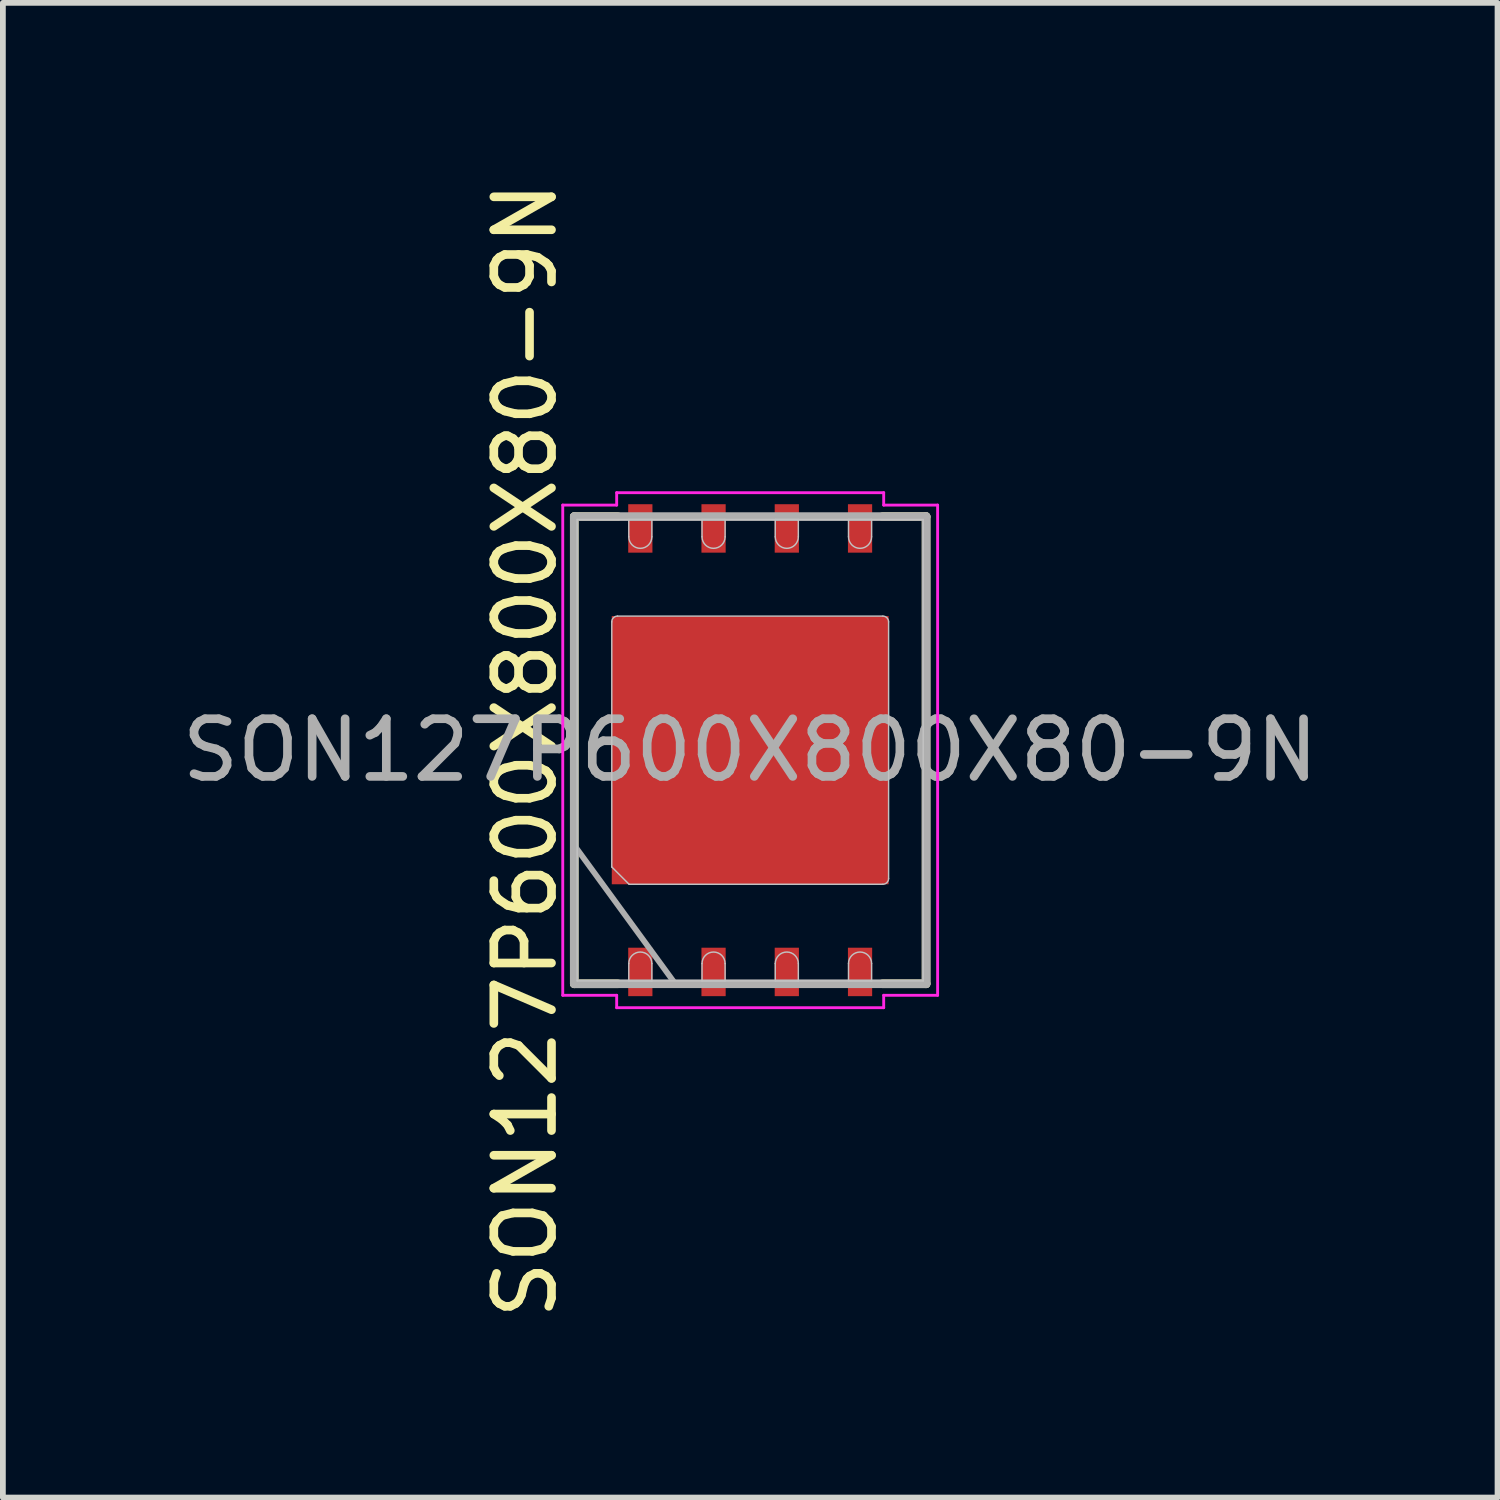
<source format=kicad_pcb>
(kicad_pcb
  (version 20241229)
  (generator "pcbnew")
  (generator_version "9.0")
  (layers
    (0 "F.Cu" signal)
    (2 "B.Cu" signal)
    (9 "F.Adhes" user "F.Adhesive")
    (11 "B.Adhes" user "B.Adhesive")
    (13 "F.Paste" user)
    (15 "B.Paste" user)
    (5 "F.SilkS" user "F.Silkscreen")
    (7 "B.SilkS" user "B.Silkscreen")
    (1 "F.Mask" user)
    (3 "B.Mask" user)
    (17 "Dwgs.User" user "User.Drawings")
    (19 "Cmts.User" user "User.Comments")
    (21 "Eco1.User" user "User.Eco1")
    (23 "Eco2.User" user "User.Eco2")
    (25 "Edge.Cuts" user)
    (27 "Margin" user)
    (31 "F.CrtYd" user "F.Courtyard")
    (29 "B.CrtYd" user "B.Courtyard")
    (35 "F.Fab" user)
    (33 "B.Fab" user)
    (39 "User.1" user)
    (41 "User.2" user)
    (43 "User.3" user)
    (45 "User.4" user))
  (footprint "SON127P600X800X80-9N"
    (layer "F.Cu")
    (at 9.958 9.958)
    (property "Reference" "SON127P600X800X80-9N" (at 0 0 0) (layer "F.Fab") (effects (font (size 1 1) (thickness 0.15))))
    (attr smd)
    (fp_line (start -3.05 -4.05) (end -2.295 -4.05) (stroke (width 0.15) (type solid)) (layer "F.SilkS"))
    (fp_line (start -3.05 4.05) (end -3.05 -4.05) (stroke (width 0.15) (type solid)) (layer "F.SilkS"))
    (fp_line (start -2.295 4.05) (end -3.05 4.05) (stroke (width 0.15) (type solid)) (layer "F.SilkS"))
    (fp_line (start 2.295 4.05) (end 3.05 4.05) (stroke (width 0.15) (type solid)) (layer "F.SilkS"))
    (fp_line (start 3.05 -4.05) (end 2.295 -4.05) (stroke (width 0.15) (type solid)) (layer "F.SilkS"))
    (fp_line (start 3.05 4.05) (end 3.05 -4.05) (stroke (width 0.15) (type solid)) (layer "F.SilkS"))
    (fp_line (start -3 -4) (end 3 -4) (stroke (width 0.025) (type solid)) (layer "Dwgs.User"))
    (fp_line (start -3 4) (end -3 -4) (stroke (width 0.025) (type solid)) (layer "Dwgs.User"))
    (fp_line (start -2.4 -2.225) (end -2.4 2.025) (stroke (width 0.025) (type solid)) (layer "Dwgs.User"))
    (fp_line (start -2.4 2.025) (end -2.1 2.325) (stroke (width 0.025) (type solid)) (layer "Dwgs.User"))
    (fp_line (start -2.105 -4) (end -2.105 -3.7) (stroke (width 0.025) (type solid)) (layer "Dwgs.User"))
    (fp_line (start -2.105 3.7) (end -2.105 4) (stroke (width 0.025) (type solid)) (layer "Dwgs.User"))
    (fp_line (start -2.105 4) (end -1.705 4) (stroke (width 0.025) (type solid)) (layer "Dwgs.User"))
    (fp_line (start -2.1 2.325) (end 2.3 2.325) (stroke (width 0.025) (type solid)) (layer "Dwgs.User"))
    (fp_line (start -1.705 -4) (end -2.105 -4) (stroke (width 0.025) (type solid)) (layer "Dwgs.User"))
    (fp_line (start -1.705 -3.7) (end -1.705 -4) (stroke (width 0.025) (type solid)) (layer "Dwgs.User"))
    (fp_line (start -1.705 4) (end -1.705 3.7) (stroke (width 0.025) (type solid)) (layer "Dwgs.User"))
    (fp_line (start -0.835 -4) (end -0.835 -3.7) (stroke (width 0.025) (type solid)) (layer "Dwgs.User"))
    (fp_line (start -0.835 3.7) (end -0.835 4) (stroke (width 0.025) (type solid)) (layer "Dwgs.User"))
    (fp_line (start -0.835 4) (end -0.435 4) (stroke (width 0.025) (type solid)) (layer "Dwgs.User"))
    (fp_line (start -0.435 -4) (end -0.835 -4) (stroke (width 0.025) (type solid)) (layer "Dwgs.User"))
    (fp_line (start -0.435 -3.7) (end -0.435 -4) (stroke (width 0.025) (type solid)) (layer "Dwgs.User"))
    (fp_line (start -0.435 4) (end -0.435 3.7) (stroke (width 0.025) (type solid)) (layer "Dwgs.User"))
    (fp_line (start 0.435 -4) (end 0.435 -3.7) (stroke (width 0.025) (type solid)) (layer "Dwgs.User"))
    (fp_line (start 0.435 3.7) (end 0.435 4) (stroke (width 0.025) (type solid)) (layer "Dwgs.User"))
    (fp_line (start 0.435 4) (end 0.835 4) (stroke (width 0.025) (type solid)) (layer "Dwgs.User"))
    (fp_line (start 0.835 -4) (end 0.435 -4) (stroke (width 0.025) (type solid)) (layer "Dwgs.User"))
    (fp_line (start 0.835 -3.7) (end 0.835 -4) (stroke (width 0.025) (type solid)) (layer "Dwgs.User"))
    (fp_line (start 0.835 4) (end 0.835 3.7) (stroke (width 0.025) (type solid)) (layer "Dwgs.User"))
    (fp_line (start 1.705 -4) (end 1.705 -3.7) (stroke (width 0.025) (type solid)) (layer "Dwgs.User"))
    (fp_line (start 1.705 3.7) (end 1.705 4) (stroke (width 0.025) (type solid)) (layer "Dwgs.User"))
    (fp_line (start 1.705 4) (end 2.105 4) (stroke (width 0.025) (type solid)) (layer "Dwgs.User"))
    (fp_line (start 2.105 -4) (end 1.705 -4) (stroke (width 0.025) (type solid)) (layer "Dwgs.User"))
    (fp_line (start 2.105 -3.7) (end 2.105 -4) (stroke (width 0.025) (type solid)) (layer "Dwgs.User"))
    (fp_line (start 2.105 4) (end 2.105 3.7) (stroke (width 0.025) (type solid)) (layer "Dwgs.User"))
    (fp_line (start 2.3 -2.325) (end -2.3 -2.325) (stroke (width 0.025) (type solid)) (layer "Dwgs.User"))
    (fp_line (start 2.4 2.225) (end 2.4 -2.225) (stroke (width 0.025) (type solid)) (layer "Dwgs.User"))
    (fp_line (start 3 -4) (end 3 4) (stroke (width 0.025) (type solid)) (layer "Dwgs.User"))
    (fp_line (start 3 4) (end -3 4) (stroke (width 0.025) (type solid)) (layer "Dwgs.User"))
    (fp_arc (start -2.4 -2.225) (mid -2.370711 -2.295711) (end -2.3 -2.325) (stroke (width 0.025) (type solid)) (layer "Dwgs.User"))
    (fp_arc (start -2.105 3.7) (mid -1.905 3.5) (end -1.705 3.7) (stroke (width 0.025) (type solid)) (layer "Dwgs.User"))
    (fp_arc (start -1.705 -3.7) (mid -1.905 -3.5) (end -2.105 -3.7) (stroke (width 0.025) (type solid)) (layer "Dwgs.User"))
    (fp_arc (start -0.835 3.7) (mid -0.635 3.5) (end -0.435 3.7) (stroke (width 0.025) (type solid)) (layer "Dwgs.User"))
    (fp_arc (start -0.435 -3.7) (mid -0.635 -3.5) (end -0.835 -3.7) (stroke (width 0.025) (type solid)) (layer "Dwgs.User"))
    (fp_arc (start 0.435 3.7) (mid 0.635 3.5) (end 0.835 3.7) (stroke (width 0.025) (type solid)) (layer "Dwgs.User"))
    (fp_arc (start 0.835 -3.7) (mid 0.635 -3.5) (end 0.435 -3.7) (stroke (width 0.025) (type solid)) (layer "Dwgs.User"))
    (fp_arc (start 1.705 3.7) (mid 1.905 3.5) (end 2.105 3.7) (stroke (width 0.025) (type solid)) (layer "Dwgs.User"))
    (fp_arc (start 2.105 -3.7) (mid 1.905 -3.5) (end 1.705 -3.7) (stroke (width 0.025) (type solid)) (layer "Dwgs.User"))
    (fp_arc (start 2.3 -2.325) (mid 2.370711 -2.295711) (end 2.4 -2.225) (stroke (width 0.025) (type solid)) (layer "Dwgs.User"))
    (fp_arc (start 2.4 2.225) (mid 2.370711 2.295711) (end 2.3 2.325) (stroke (width 0.025) (type solid)) (layer "Dwgs.User"))
    (fp_line (start -3.25 -4.25) (end -3.25 4.25) (stroke (width 0.05) (type solid)) (layer "F.CrtYd"))
    (fp_line (start -3.25 4.25) (end -2.315 4.25) (stroke (width 0.05) (type solid)) (layer "F.CrtYd"))
    (fp_line (start -2.315 -4.465) (end -2.315 -4.25) (stroke (width 0.05) (type solid)) (layer "F.CrtYd"))
    (fp_line (start -2.315 -4.25) (end -3.25 -4.25) (stroke (width 0.05) (type solid)) (layer "F.CrtYd"))
    (fp_line (start -2.315 4.25) (end -2.315 4.465) (stroke (width 0.05) (type solid)) (layer "F.CrtYd"))
    (fp_line (start -2.315 4.465) (end 2.315 4.465) (stroke (width 0.05) (type solid)) (layer "F.CrtYd"))
    (fp_line (start 2.315 -4.465) (end -2.315 -4.465) (stroke (width 0.05) (type solid)) (layer "F.CrtYd"))
    (fp_line (start 2.315 -4.25) (end 2.315 -4.465) (stroke (width 0.05) (type solid)) (layer "F.CrtYd"))
    (fp_line (start 2.315 4.25) (end 3.25 4.25) (stroke (width 0.05) (type solid)) (layer "F.CrtYd"))
    (fp_line (start 2.315 4.465) (end 2.315 4.25) (stroke (width 0.05) (type solid)) (layer "F.CrtYd"))
    (fp_line (start 3.25 -4.25) (end 2.315 -4.25) (stroke (width 0.05) (type solid)) (layer "F.CrtYd"))
    (fp_line (start 3.25 4.25) (end 3.25 -4.25) (stroke (width 0.05) (type solid)) (layer "F.CrtYd"))
    (fp_line (start -3.05 -4.05) (end 3.05 -4.05) (stroke (width 0.15) (type solid)) (layer "F.Fab"))
    (fp_line (start -3.05 4.05) (end -3.05 -4.05) (stroke (width 0.15) (type solid)) (layer "F.Fab"))
    (fp_line (start 3.05 -4.05) (end 3.05 4.05) (stroke (width 0.15) (type solid)) (layer "F.Fab"))
    (fp_line (start 3.05 4.05) (end -3.05 4.05) (stroke (width 0.15) (type solid)) (layer "F.Fab"))
    (fp_poly (pts (xy -1.3 4.05) (xy -3.05 4.05) (xy -3.05 1.65)) (stroke (width 0.1) (type solid)) (fill no) (layer "F.Fab"))
    (fp_text user "${REFERENCE}" (at -3.9 0 90) (layer "F.SilkS") (effects (font (size 1 1) (thickness 0.15))))
    (pad "" smd rect (at -1.2 -1.16 90) (size 1.63 1.71) (layers "F.Paste"))
    (pad "" smd rect (at -1.2 1.16 90) (size 1.63 1.71) (layers "F.Paste"))
    (pad "" smd rect (at 1.2 -1.16 90) (size 1.63 1.71) (layers "F.Paste"))
    (pad "" smd rect (at 1.2 1.16 90) (size 1.63 1.71) (layers "F.Paste"))
    (pad "1" smd rect (at -1.905 3.845 90) (size 0.84 0.42) (layers "F.Cu" "F.Mask" "F.Paste"))
    (pad "2" smd rect (at -0.635 3.845 90) (size 0.84 0.42) (layers "F.Cu" "F.Mask" "F.Paste"))
    (pad "3" smd rect (at 0.635 3.845 90) (size 0.84 0.42) (layers "F.Cu" "F.Mask" "F.Paste"))
    (pad "4" smd rect (at 1.905 3.845 90) (size 0.84 0.42) (layers "F.Cu" "F.Mask" "F.Paste"))
    (pad "5" smd rect (at 1.905 -3.845 90) (size 0.84 0.42) (layers "F.Cu" "F.Mask" "F.Paste"))
    (pad "6" smd rect (at 0.635 -3.845 90) (size 0.84 0.42) (layers "F.Cu" "F.Mask" "F.Paste"))
    (pad "7" smd rect (at -0.635 -3.845 90) (size 0.84 0.42) (layers "F.Cu" "F.Mask" "F.Paste"))
    (pad "8" smd rect (at -1.905 -3.845 90) (size 0.84 0.42) (layers "F.Cu" "F.Mask" "F.Paste"))
    (pad "9" smd rect (at 0 0 90) (size 4.65 4.8) (layers "F.Cu" "F.Mask")))
  (gr_rect
    (start -3 -3)
    (end 22.917 22.917)
    (stroke (width 0.1) (type default))
    (fill no)
    (layer "Edge.Cuts")))
</source>
